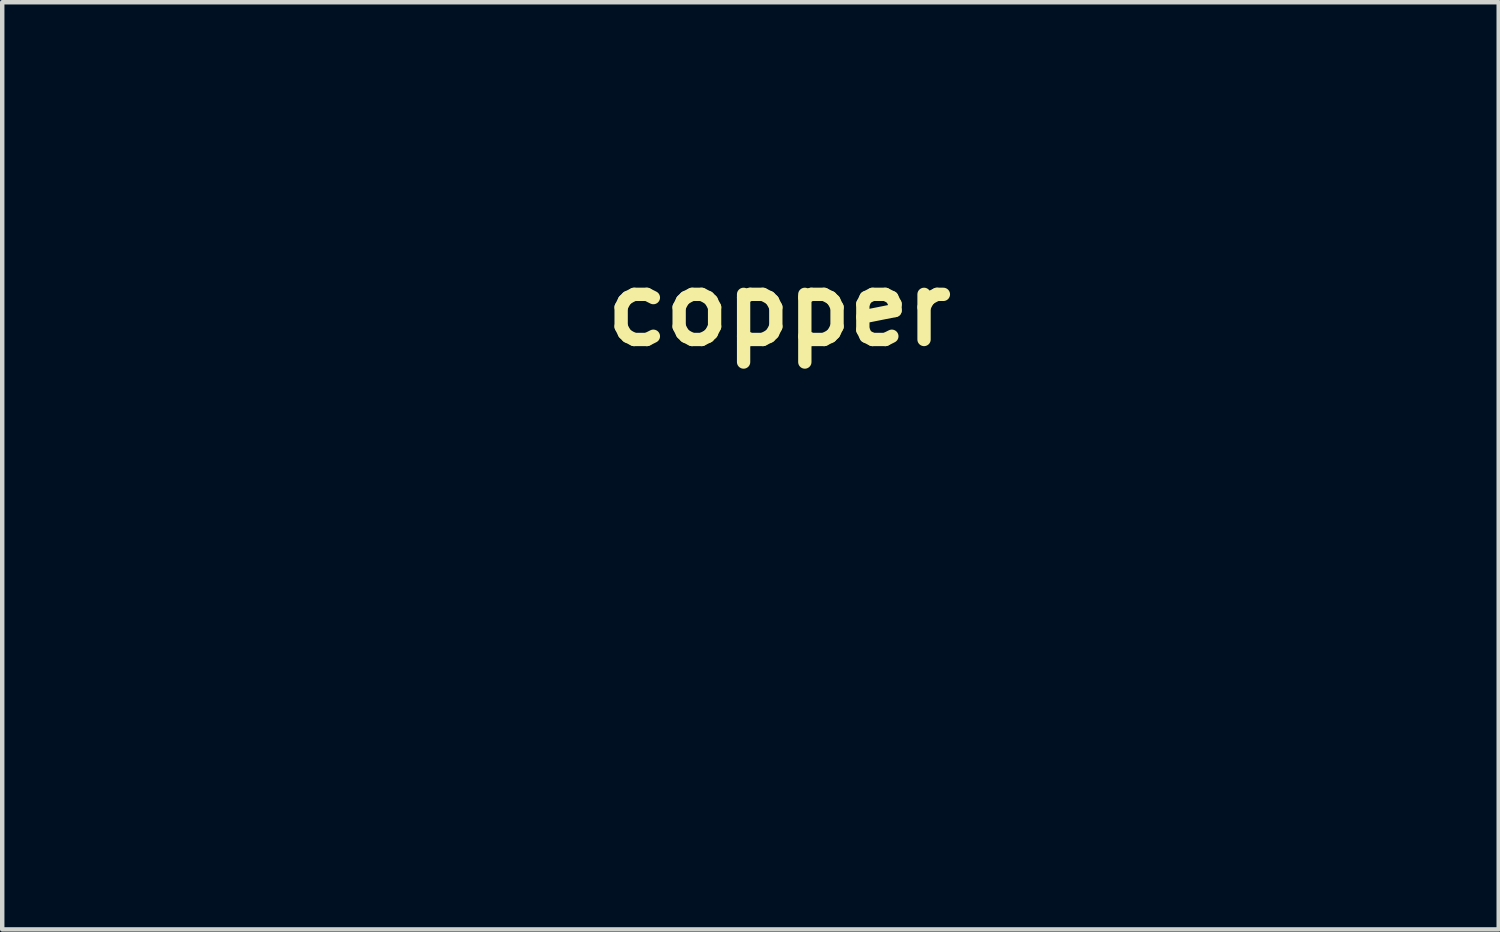
<source format=kicad_pcb>
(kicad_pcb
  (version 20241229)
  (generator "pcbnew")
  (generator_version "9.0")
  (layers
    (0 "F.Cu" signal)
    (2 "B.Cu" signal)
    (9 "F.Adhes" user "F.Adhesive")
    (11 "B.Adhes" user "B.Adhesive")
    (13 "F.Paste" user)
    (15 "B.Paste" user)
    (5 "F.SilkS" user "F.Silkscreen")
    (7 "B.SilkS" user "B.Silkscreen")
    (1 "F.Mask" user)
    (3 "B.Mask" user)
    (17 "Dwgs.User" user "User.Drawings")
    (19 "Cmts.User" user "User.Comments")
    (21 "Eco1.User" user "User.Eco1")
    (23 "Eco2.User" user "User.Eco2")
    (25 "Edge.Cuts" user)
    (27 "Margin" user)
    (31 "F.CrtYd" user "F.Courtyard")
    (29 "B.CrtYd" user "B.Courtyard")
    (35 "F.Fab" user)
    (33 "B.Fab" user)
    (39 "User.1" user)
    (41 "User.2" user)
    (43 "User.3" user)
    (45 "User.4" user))
  (footprint "copper"
    (layer "F.Cu")
    (at 14.495 3.906)
    (property "Reference" "copper" (at 0 0 0) (layer "F.SilkS") (effects (font (size 1.524 1.524) (thickness 0.3))))
    (attr through_hole)
    (fp_poly (pts (xy 0.407 -1.214) (xy 0.7 -1.095) (xy 0.906 -0.95) (xy 1.11 -0.694) (xy 1.249 -0.385) (xy 1.314 -0.051) (xy 1.301 0.283) (xy 1.244 0.49) (xy 1.079 0.794) (xy 0.847 1.043) (xy 0.565 1.228) (xy 0.25 1.341) (xy -0.078 1.374) (xy -0.403 1.318) (xy -0.441 1.304) (xy -0.752 1.142) (xy -1.012 0.911) (xy -1.19 0.646) (xy -1.305 0.305) (xy -1.328 -0.041) (xy -1.265 -0.377) (xy -1.121 -0.684) (xy -0.903 -0.948) (xy -0.617 -1.152) (xy -0.519 -1.199) (xy -0.235 -1.271) (xy 0.084 -1.274) (xy 0.407 -1.214)) (stroke (width 0.01) (type solid)) (fill no) (layer "Eco1.User"))
    (fp_poly (pts (xy 0.761 -3.839) (xy 1.368 -3.666) (xy 1.926 -3.407) (xy 2.429 -3.068) (xy 2.871 -2.654) (xy 3.246 -2.171) (xy 3.549 -1.624) (xy 3.774 -1.02) (xy 3.816 -0.865) (xy 3.881 -0.497) (xy 3.906 -0.089) (xy 3.891 0.323) (xy 3.839 0.705) (xy 3.766 0.978) (xy 3.53 1.515) (xy 3.212 2.032) (xy 2.832 2.505) (xy 2.407 2.91) (xy 2.301 2.993) (xy 1.963 3.222) (xy 1.581 3.433) (xy 1.187 3.612) (xy 0.815 3.743) (xy 0.66 3.782) (xy 0.293 3.874) (xy 0.012 3.978) (xy -0.199 4.103) (xy -0.355 4.257) (xy -0.456 4.418) (xy -0.497 4.511) (xy -0.56 4.672) (xy -0.638 4.88) (xy -0.724 5.114) (xy -0.811 5.355) (xy -0.891 5.582) (xy -0.957 5.775) (xy -1.001 5.912) (xy -1.016 5.973) (xy -0.975 5.966) (xy -0.873 5.929) (xy -0.84 5.916) (xy -0.679 5.865) (xy -0.527 5.842) (xy -0.518 5.842) (xy -0.405 5.853) (xy -0.213 5.883) (xy 0.036 5.927) (xy 0.321 5.982) (xy 0.623 6.043) (xy 0.919 6.106) (xy 1.19 6.166) (xy 1.415 6.22) (xy 1.572 6.264) (xy 1.611 6.277) (xy 1.79 6.372) (xy 1.945 6.504) (xy 2.05 6.648) (xy 2.083 6.76) (xy 2.115 6.838) (xy 2.21 6.858) (xy 2.306 6.835) (xy 2.337 6.792) (xy 2.378 6.699) (xy 2.485 6.585) (xy 2.63 6.473) (xy 2.786 6.385) (xy 2.87 6.354) (xy 3.005 6.326) (xy 3.217 6.29) (xy 3.485 6.251) (xy 3.784 6.211) (xy 4.092 6.173) (xy 4.386 6.139) (xy 4.643 6.114) (xy 4.839 6.099) (xy 4.918 6.096) (xy 5.157 6.124) (xy 5.356 6.219) (xy 5.471 6.312) (xy 5.593 6.386) (xy 5.684 6.365) (xy 5.734 6.255) (xy 5.74 6.171) (xy 5.79 5.91) (xy 5.933 5.677) (xy 6.002 5.606) (xy 6.09 5.542) (xy 6.249 5.442) (xy 6.462 5.314) (xy 6.711 5.17) (xy 6.978 5.02) (xy 7.244 4.873) (xy 7.491 4.739) (xy 7.702 4.63) (xy 7.859 4.555) (xy 7.92 4.53) (xy 8.127 4.478) (xy 8.304 4.49) (xy 8.502 4.569) (xy 8.51 4.572) (xy 8.709 4.674) (xy 8.838 4.546) (xy 8.895 4.483) (xy 8.932 4.416) (xy 8.952 4.324) (xy 8.961 4.182) (xy 8.962 3.97) (xy 8.961 3.872) (xy 8.954 3.598) (xy 8.938 3.321) (xy 8.911 3.023) (xy 8.871 2.689) (xy 8.816 2.302) (xy 8.744 1.843) (xy 8.683 1.476) (xy 8.603 0.946) (xy 8.555 0.477) (xy 8.538 0.034) (xy 8.551 -0.417) (xy 8.593 -0.911) (xy 8.613 -1.089) (xy 8.64 -1.359) (xy 8.658 -1.613) (xy 8.664 -1.823) (xy 8.658 -1.961) (xy 8.657 -1.965) (xy 8.644 -2.11) (xy 8.665 -2.186) (xy 8.707 -2.215) (xy 8.861 -2.224) (xy 9.04 -2.159) (xy 9.175 -2.066) (xy 9.267 -1.965) (xy 9.287 -1.867) (xy 9.276 -1.807) (xy 9.216 -1.692) (xy 9.14 -1.639) (xy 9.054 -1.593) (xy 8.985 -1.497) (xy 8.928 -1.339) (xy 8.88 -1.108) (xy 8.838 -0.794) (xy 8.816 -0.582) (xy 8.781 -0.037) (xy 8.789 0.421) (xy 8.842 0.797) (xy 8.938 1.098) (xy 9.08 1.326) (xy 9.216 1.488) (xy 10.107 1.456) (xy 10.62 1.429) (xy 11.059 1.389) (xy 11.416 1.337) (xy 11.686 1.273) (xy 11.862 1.198) (xy 11.867 1.195) (xy 12.016 1.126) (xy 12.131 1.145) (xy 12.215 1.231) (xy 12.285 1.4) (xy 12.274 1.571) (xy 12.192 1.702) (xy 12.119 1.759) (xy 12.053 1.764) (xy 11.951 1.719) (xy 11.923 1.704) (xy 11.856 1.671) (xy 11.786 1.65) (xy 11.697 1.64) (xy 11.57 1.641) (xy 11.389 1.653) (xy 11.135 1.677) (xy 10.92 1.698) (xy 10.593 1.727) (xy 10.257 1.75) (xy 9.944 1.764) (xy 9.687 1.769) (xy 9.604 1.768) (xy 9.124 1.753) (xy 9.075 1.923) (xy 9.057 2.044) (xy 9.056 2.234) (xy 9.073 2.503) (xy 9.108 2.862) (xy 9.108 2.863) (xy 9.141 3.185) (xy 9.172 3.523) (xy 9.197 3.84) (xy 9.213 4.1) (xy 9.215 4.14) (xy 9.237 4.455) (xy 9.274 4.698) (xy 9.335 4.897) (xy 9.43 5.082) (xy 9.534 5.238) (xy 9.683 5.475) (xy 9.781 5.711) (xy 9.835 5.976) (xy 9.855 6.301) (xy 9.855 6.383) (xy 9.866 6.698) (xy 9.902 6.935) (xy 9.971 7.115) (xy 10.078 7.262) (xy 10.127 7.31) (xy 10.197 7.368) (xy 10.269 7.402) (xy 10.369 7.415) (xy 10.522 7.412) (xy 10.704 7.401) (xy 10.942 7.392) (xy 11.239 7.395) (xy 11.553 7.406) (xy 11.785 7.422) (xy 12.136 7.45) (xy 12.4 7.47) (xy 12.591 7.479) (xy 12.725 7.479) (xy 12.815 7.469) (xy 12.877 7.449) (xy 12.925 7.417) (xy 12.948 7.397) (xy 13.037 7.335) (xy 13.107 7.347) (xy 13.131 7.365) (xy 13.193 7.474) (xy 13.203 7.623) (xy 13.16 7.764) (xy 13.145 7.787) (xy 13.095 7.837) (xy 13.028 7.845) (xy 12.911 7.813) (xy 12.87 7.799) (xy 12.702 7.757) (xy 12.459 7.719) (xy 12.164 7.685) (xy 11.843 7.658) (xy 11.521 7.64) (xy 11.224 7.632) (xy 10.976 7.638) (xy 10.906 7.643) (xy 10.657 7.67) (xy 10.5 7.708) (xy 10.424 7.769) (xy 10.419 7.87) (xy 10.475 8.025) (xy 10.548 8.179) (xy 10.659 8.418) (xy 10.773 8.679) (xy 10.865 8.908) (xy 10.866 8.91) (xy 10.942 9.1) (xy 11.009 9.221) (xy 11.092 9.301) (xy 11.216 9.369) (xy 11.303 9.408) (xy 11.43 9.502) (xy 11.471 9.609) (xy 11.439 9.738) (xy 11.33 9.864) (xy 11.167 9.97) (xy 10.974 10.036) (xy 10.929 10.044) (xy 10.775 10.045) (xy 10.685 9.99) (xy 10.653 9.869) (xy 10.673 9.67) (xy 10.684 9.61) (xy 10.712 9.428) (xy 10.707 9.262) (xy 10.668 9.063) (xy 10.655 9.013) (xy 10.565 8.73) (xy 10.444 8.437) (xy 10.303 8.152) (xy 10.152 7.893) (xy 10 7.676) (xy 9.86 7.52) (xy 9.74 7.441) (xy 9.731 7.438) (xy 9.591 7.444) (xy 9.437 7.532) (xy 9.264 7.708) (xy 9.066 7.975) (xy 9.054 7.993) (xy 8.83 8.378) (xy 8.626 8.822) (xy 8.461 9.283) (xy 8.361 9.665) (xy 8.307 9.957) (xy 8.286 10.178) (xy 8.297 10.352) (xy 8.342 10.506) (xy 8.381 10.59) (xy 8.441 10.718) (xy 8.453 10.795) (xy 8.42 10.857) (xy 8.399 10.881) (xy 8.277 10.949) (xy 8.104 10.971) (xy 7.917 10.944) (xy 7.823 10.907) (xy 7.708 10.805) (xy 7.681 10.675) (xy 7.746 10.541) (xy 7.792 10.496) (xy 7.869 10.407) (xy 7.94 10.264) (xy 8.013 10.048) (xy 8.054 9.906) (xy 8.186 9.429) (xy 8.303 9.033) (xy 8.412 8.701) (xy 8.52 8.415) (xy 8.634 8.158) (xy 8.761 7.912) (xy 8.909 7.66) (xy 9.084 7.383) (xy 9.092 7.371) (xy 9.317 7.005) (xy 9.476 6.696) (xy 9.571 6.429) (xy 9.607 6.188) (xy 9.589 5.959) (xy 9.542 5.786) (xy 9.472 5.627) (xy 9.368 5.451) (xy 9.245 5.276) (xy 9.12 5.122) (xy 9.006 5.008) (xy 8.918 4.953) (xy 8.887 4.955) (xy 8.857 5.02) (xy 8.84 5.146) (xy 8.839 5.189) (xy 8.833 5.316) (xy 8.809 5.427) (xy 8.757 5.532) (xy 8.669 5.637) (xy 8.536 5.751) (xy 8.348 5.881) (xy 8.097 6.036) (xy 7.773 6.223) (xy 7.402 6.431) (xy 7.074 6.609) (xy 6.817 6.737) (xy 6.613 6.818) (xy 6.449 6.855) (xy 6.308 6.853) (xy 6.175 6.815) (xy 6.044 6.749) (xy 5.877 6.677) (xy 5.765 6.684) (xy 5.696 6.776) (xy 5.668 6.88) (xy 5.578 7.105) (xy 5.414 7.299) (xy 5.2 7.433) (xy 5.119 7.461) (xy 4.999 7.486) (xy 4.799 7.52) (xy 4.54 7.561) (xy 4.242 7.605) (xy 3.958 7.643) (xy 3.578 7.691) (xy 3.283 7.721) (xy 3.057 7.733) (xy 2.885 7.725) (xy 2.751 7.696) (xy 2.639 7.647) (xy 2.535 7.576) (xy 2.527 7.57) (xy 2.415 7.448) (xy 2.338 7.317) (xy 2.25 7.194) (xy 2.142 7.165) (xy 2.031 7.23) (xy 1.976 7.306) (xy 1.844 7.45) (xy 1.649 7.56) (xy 1.429 7.616) (xy 1.362 7.62) (xy 1.221 7.609) (xy 1.01 7.579) (xy 0.747 7.534) (xy 0.453 7.478) (xy 0.144 7.414) (xy -0.16 7.348) (xy -0.44 7.282) (xy -0.678 7.221) (xy -0.856 7.168) (xy -0.954 7.128) (xy -0.96 7.125) (xy -1.067 7.018) (xy -1.178 6.87) (xy -1.21 6.815) (xy -1.311 6.67) (xy -1.416 6.612) (xy -1.547 6.638) (xy -1.707 6.731) (xy -1.941 6.838) (xy -2.094 6.858) (xy -2.2 6.847) (xy -2.384 6.816) (xy -2.628 6.77) (xy -2.91 6.712) (xy -3.212 6.648) (xy -3.514 6.581) (xy -3.795 6.515) (xy -4.036 6.456) (xy -4.217 6.406) (xy -4.252 6.396) (xy -4.381 6.328) (xy -4.519 6.215) (xy -4.638 6.086) (xy -4.713 5.967) (xy -4.724 5.917) (xy -4.766 5.842) (xy -4.878 5.815) (xy -5.042 5.839) (xy -5.2 5.895) (xy -5.284 5.932) (xy -5.358 5.959) (xy -5.434 5.973) (xy -5.527 5.975) (xy -5.649 5.961) (xy -5.815 5.93) (xy -6.037 5.882) (xy -6.329 5.813) (xy -6.704 5.723) (xy -6.771 5.706) (xy -7.15 5.612) (xy -7.442 5.531) (xy -7.66 5.457) (xy -7.819 5.383) (xy -7.931 5.304) (xy -8.01 5.212) (xy -8.068 5.103) (xy -8.075 5.086) (xy -8.136 4.938) (xy -8.831 4.9) (xy -9.025 4.893) (xy -9.307 4.887) (xy -9.663 4.884) (xy -10.08 4.881) (xy -10.543 4.881) (xy -11.04 4.882) (xy -11.556 4.886) (xy -12.007 4.89) (xy -14.49 4.918) (xy -14.461 4.738) (xy -14.436 4.615) (xy -14.414 4.543) (xy -14.412 4.539) (xy -14.358 4.533) (xy -14.215 4.524) (xy -13.995 4.513) (xy -13.711 4.501) (xy -13.376 4.488) (xy -13.001 4.475) (xy -12.822 4.469) (xy -12.476 4.461) (xy -12.085 4.455) (xy -11.66 4.453) (xy -11.214 4.453) (xy -10.758 4.455) (xy -10.304 4.46) (xy -9.864 4.467) (xy -9.45 4.476) (xy -9.074 4.487) (xy -8.749 4.499) (xy -8.485 4.512) (xy -8.296 4.526) (xy -8.192 4.542) (xy -8.179 4.546) (xy -8.126 4.527) (xy -8.035 4.451) (xy -7.996 4.412) (xy -7.766 4.229) (xy -7.505 4.13) (xy -7.355 4.116) (xy -7.228 4.13) (xy -7.027 4.168) (xy -6.773 4.225) (xy -6.483 4.296) (xy -6.178 4.375) (xy -5.876 4.458) (xy -5.596 4.54) (xy -5.357 4.615) (xy -5.179 4.678) (xy -5.081 4.724) (xy -5.079 4.725) (xy -4.91 4.892) (xy -4.803 5.095) (xy -4.775 5.255) (xy -4.766 5.352) (xy -4.747 5.385) (xy -4.694 5.356) (xy -4.591 5.281) (xy -4.52 5.225) (xy -4.401 5.14) (xy -4.278 5.082) (xy -4.137 5.05) (xy -3.964 5.045) (xy -3.745 5.068) (xy -3.464 5.117) (xy -3.109 5.195) (xy -2.858 5.254) (xy -2.558 5.325) (xy -2.292 5.387) (xy -2.077 5.437) (xy -1.928 5.472) (xy -1.859 5.486) (xy -1.857 5.486) (xy -1.808 5.517) (xy -1.71 5.595) (xy -1.647 5.649) (xy -1.534 5.744) (xy -1.469 5.778) (xy -1.424 5.757) (xy -1.39 5.714) (xy -1.317 5.575) (xy -1.241 5.366) (xy -1.168 5.113) (xy -1.104 4.842) (xy -1.055 4.58) (xy -1.028 4.354) (xy -1.027 4.188) (xy -1.033 4.156) (xy -1.07 4.056) (xy -1.137 3.949) (xy -1.244 3.824) (xy -1.4 3.673) (xy -1.615 3.486) (xy -1.898 3.253) (xy -2.054 3.128) (xy -2.491 2.767) (xy -2.848 2.444) (xy -3.133 2.15) (xy -3.357 1.876) (xy -3.527 1.613) (xy -3.578 1.516) (xy -3.747 1.118) (xy -3.84 0.756) (xy -2.642 0.756) (xy -2.623 0.818) (xy -2.575 0.941) (xy -2.512 1.094) (xy -2.446 1.244) (xy -2.392 1.361) (xy -2.363 1.412) (xy -2.311 1.409) (xy -2.185 1.387) (xy -2.014 1.35) (xy -2.003 1.347) (xy -1.658 1.267) (xy -1.234 1.683) (xy -1.302 1.972) (xy -1.339 2.142) (xy -1.364 2.279) (xy -1.371 2.337) (xy -1.328 2.385) (xy -1.221 2.457) (xy -1.075 2.539) (xy -0.919 2.615) (xy -0.781 2.67) (xy -0.711 2.688) (xy -0.674 2.65) (xy -0.6 2.546) (xy -0.505 2.399) (xy -0.497 2.387) (xy -0.309 2.083) (xy 0.299 2.083) (xy 0.488 2.389) (xy 0.584 2.538) (xy 0.662 2.642) (xy 0.705 2.682) (xy 0.707 2.681) (xy 0.766 2.656) (xy 0.892 2.605) (xy 1.054 2.54) (xy 1.214 2.469) (xy 1.327 2.405) (xy 1.37 2.362) (xy 1.358 2.289) (xy 1.328 2.15) (xy 1.295 2.007) (xy 1.222 1.702) (xy 1.44 1.483) (xy 1.658 1.264) (xy 1.999 1.35) (xy 2.171 1.39) (xy 2.298 1.414) (xy 2.354 1.417) (xy 2.355 1.416) (xy 2.382 1.361) (xy 2.434 1.244) (xy 2.498 1.094) (xy 2.562 0.94) (xy 2.614 0.813) (xy 2.64 0.742) (xy 2.642 0.736) (xy 2.602 0.702) (xy 2.497 0.631) (xy 2.349 0.537) (xy 2.337 0.529) (xy 2.032 0.341) (xy 2.032 -0.253) (xy 2.324 -0.442) (xy 2.472 -0.538) (xy 2.582 -0.609) (xy 2.631 -0.639) (xy 2.631 -0.64) (xy 2.621 -0.687) (xy 2.579 -0.804) (xy 2.515 -0.966) (xy 2.506 -0.989) (xy 2.366 -1.331) (xy 2.186 -1.299) (xy 1.939 -1.258) (xy 1.77 -1.235) (xy 1.655 -1.236) (xy 1.571 -1.263) (xy 1.497 -1.32) (xy 1.408 -1.409) (xy 1.216 -1.607) (xy 1.297 -1.954) (xy 1.331 -2.131) (xy 1.346 -2.267) (xy 1.337 -2.335) (xy 1.336 -2.336) (xy 1.254 -2.384) (xy 1.118 -2.443) (xy 0.959 -2.502) (xy 0.811 -2.549) (xy 0.703 -2.573) (xy 0.67 -2.571) (xy 0.621 -2.516) (xy 0.54 -2.399) (xy 0.453 -2.262) (xy 0.283 -1.981) (xy -0.008 -1.981) (xy -0.299 -1.981) (xy -0.489 -2.289) (xy -0.588 -2.445) (xy -0.669 -2.536) (xy -0.756 -2.567) (xy -0.876 -2.546) (xy -1.054 -2.476) (xy -1.145 -2.438) (xy -1.285 -2.374) (xy -1.351 -2.32) (xy -1.365 -2.248) (xy -1.349 -2.145) (xy -1.305 -1.896) (xy -1.283 -1.723) (xy -1.287 -1.603) (xy -1.319 -1.515) (xy -1.382 -1.435) (xy -1.442 -1.376) (xy -1.622 -1.202) (xy -1.984 -1.267) (xy -2.167 -1.293) (xy -2.309 -1.301) (xy -2.382 -1.29) (xy -2.384 -1.288) (xy -2.424 -1.218) (xy -2.481 -1.093) (xy -2.541 -0.943) (xy -2.595 -0.796) (xy -2.63 -0.685) (xy -2.636 -0.639) (xy -2.586 -0.605) (xy -2.475 -0.533) (xy -2.325 -0.437) (xy -2.324 -0.436) (xy -2.032 -0.251) (xy -2.032 0.33) (xy -2.337 0.521) (xy -2.487 0.621) (xy -2.596 0.704) (xy -2.641 0.754) (xy -2.642 0.756) (xy -3.84 0.756) (xy -3.852 0.711) (xy -3.9 0.268) (xy -3.897 -0.198) (xy -3.848 -0.708) (xy -3.749 -1.16) (xy -3.587 -1.584) (xy -3.353 -2.017) (xy -3.274 -2.143) (xy -2.907 -2.619) (xy -2.472 -3.029) (xy -1.98 -3.366) (xy -1.442 -3.628) (xy -0.873 -3.807) (xy -0.282 -3.9) (xy 0.317 -3.901) (xy 0.761 -3.839)) (stroke (width 0.01) (type solid)) (fill no) (layer "Eco1.User")))
  (gr_rect
    (start -3 -3)
    (end 30.703 17.881)
    (stroke (width 0.1) (type default))
    (fill no)
    (layer "Edge.Cuts")))
</source>
